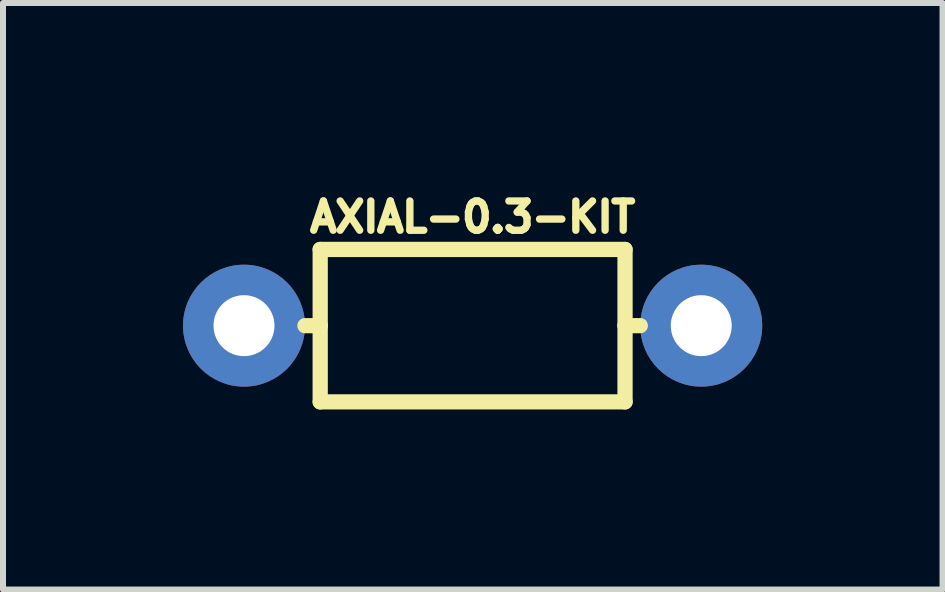
<source format=kicad_pcb>
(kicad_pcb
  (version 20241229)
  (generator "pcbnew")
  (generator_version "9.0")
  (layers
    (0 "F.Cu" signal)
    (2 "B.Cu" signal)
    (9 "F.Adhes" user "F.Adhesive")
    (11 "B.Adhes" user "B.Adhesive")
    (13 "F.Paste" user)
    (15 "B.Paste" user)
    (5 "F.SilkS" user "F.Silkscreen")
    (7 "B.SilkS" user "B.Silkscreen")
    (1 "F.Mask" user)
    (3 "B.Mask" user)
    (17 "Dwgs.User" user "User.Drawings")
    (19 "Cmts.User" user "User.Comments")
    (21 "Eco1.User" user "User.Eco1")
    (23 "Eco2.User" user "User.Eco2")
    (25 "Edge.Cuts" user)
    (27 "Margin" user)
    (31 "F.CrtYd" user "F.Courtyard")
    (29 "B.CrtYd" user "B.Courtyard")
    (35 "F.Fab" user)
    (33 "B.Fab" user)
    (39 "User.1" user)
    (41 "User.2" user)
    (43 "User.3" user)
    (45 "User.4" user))
  (footprint "AXIAL-0.3-KIT"
    (layer "F.Cu")
    (at 4.826 2.377)
    (property "Reference" "AXIAL-0.3-KIT" (at 0 -1.524 0) (layer "F.SilkS") (effects (font (size 0.488 0.488) (thickness 0.122)) (justify bottom)))
    (fp_poly (pts (xy -3.651 -0.483) (xy -3.509 -0.408) (xy -3.393 -0.289) (xy -3.303 0.006) (xy -3.33 0.166) (xy -3.402 0.305) (xy -3.514 0.415) (xy -3.655 0.486) (xy -3.801 0.507) (xy -3.81 0.445) (xy -3.818 0.507) (xy -3.963 0.488) (xy -4.104 0.42) (xy -4.22 0.309) (xy -4.319 0.027) (xy -4.297 -0.139) (xy -4.227 -0.286) (xy -4.111 -0.408) (xy -3.815 -0.512)) (stroke (width 0) (type default)) (fill yes) (layer "F.Mask"))
    (fp_poly (pts (xy 3.977 -0.491) (xy 4.119 -0.416) (xy 4.234 -0.296) (xy 4.325 -0.002) (xy 4.298 0.158) (xy 4.225 0.298) (xy 4.113 0.408) (xy 3.973 0.478) (xy 3.827 0.5) (xy 3.818 0.437) (xy 3.809 0.5) (xy 3.664 0.48) (xy 3.524 0.413) (xy 3.407 0.301) (xy 3.308 0.019) (xy 3.33 -0.147) (xy 3.401 -0.294) (xy 3.516 -0.416) (xy 3.796 -0.514) (xy 3.818 -0.455) (xy 3.829 -0.517)) (stroke (width 0) (type default)) (fill yes) (layer "F.Mask"))
    (fp_poly (pts (xy 4.019 -1.001) (xy 4.211 -0.94) (xy 4.387 -0.842) (xy 4.541 -0.712) (xy 4.666 -0.555) (xy 4.759 -0.376) (xy 4.815 -0.182) (xy 4.831 0.012) (xy 4.768 0.018) (xy 4.831 0.025) (xy 4.81 0.214) (xy 4.751 0.401) (xy 4.657 0.573) (xy 4.531 0.723) (xy 4.377 0.846) (xy 4.203 0.937) (xy 4.015 0.992) (xy 3.826 1.008) (xy 3.82 0.945) (xy 3.815 1.008) (xy 3.624 0.992) (xy 3.435 0.937) (xy 3.26 0.847) (xy 3.106 0.724) (xy 2.978 0.573) (xy 2.882 0.397) (xy 2.801 0.019) (xy 2.819 -0.185) (xy 2.875 -0.378) (xy 2.968 -0.557) (xy 3.094 -0.714) (xy 3.248 -0.844) (xy 3.427 -0.943) (xy 3.815 -1.024)) (stroke (width 0) (type default)) (fill yes) (layer "B.Mask"))
    (fp_poly (pts (xy -3.609 -0.994) (xy -3.417 -0.932) (xy -3.241 -0.835) (xy -3.087 -0.705) (xy -2.961 -0.547) (xy -2.869 -0.368) (xy -2.813 -0.174) (xy -2.797 0.02) (xy -2.86 0.025) (xy -2.797 0.032) (xy -2.818 0.221) (xy -2.877 0.408) (xy -2.971 0.58) (xy -3.097 0.731) (xy -3.25 0.854) (xy -3.424 0.944) (xy -3.613 0.999) (xy -3.802 1.016) (xy -3.807 0.953) (xy -3.813 1.016) (xy -4.003 1) (xy -4.193 0.945) (xy -4.368 0.854) (xy -4.522 0.731) (xy -4.649 0.58) (xy -4.746 0.405) (xy -4.825 0.036) (xy -4.762 0.023) (xy -4.826 0.017) (xy -4.809 -0.177) (xy -4.753 -0.371) (xy -4.66 -0.549) (xy -4.534 -0.707) (xy -4.38 -0.836) (xy -4.2 -0.935) (xy -3.813 -1.017)) (stroke (width 0) (type default)) (fill yes) (layer "B.Mask"))
    (fp_line (start -2.54 -1.27) (end 2.54 -1.27) (stroke (width 0.254) (type solid)) (layer "F.SilkS"))
    (fp_line (start -2.54 0) (end -2.794 0) (stroke (width 0.254) (type solid)) (layer "F.SilkS"))
    (fp_line (start -2.54 0) (end -2.54 -1.27) (stroke (width 0.254) (type solid)) (layer "F.SilkS"))
    (fp_line (start -2.54 1.27) (end -2.54 0) (stroke (width 0.254) (type solid)) (layer "F.SilkS"))
    (fp_line (start 2.54 -1.27) (end 2.54 0) (stroke (width 0.254) (type solid)) (layer "F.SilkS"))
    (fp_line (start 2.54 0) (end 2.54 1.27) (stroke (width 0.254) (type solid)) (layer "F.SilkS"))
    (fp_line (start 2.54 0) (end 2.794 0) (stroke (width 0.254) (type solid)) (layer "F.SilkS"))
    (fp_line (start 2.54 1.27) (end -2.54 1.27) (stroke (width 0.254) (type solid)) (layer "F.SilkS"))
    (pad "P$1" thru_hole circle (at -3.81 0) (size 2.032 2.032) (drill 1.016) (layers "*.Cu"))
    (pad "P$2" thru_hole circle (at 3.81 0) (size 2.032 2.032) (drill 1.016) (layers "*.Cu")))
  (gr_rect
    (start -3 -3)
    (end 12.657 6.774)
    (stroke (width 0.1) (type default))
    (fill no)
    (layer "Edge.Cuts")))
</source>
